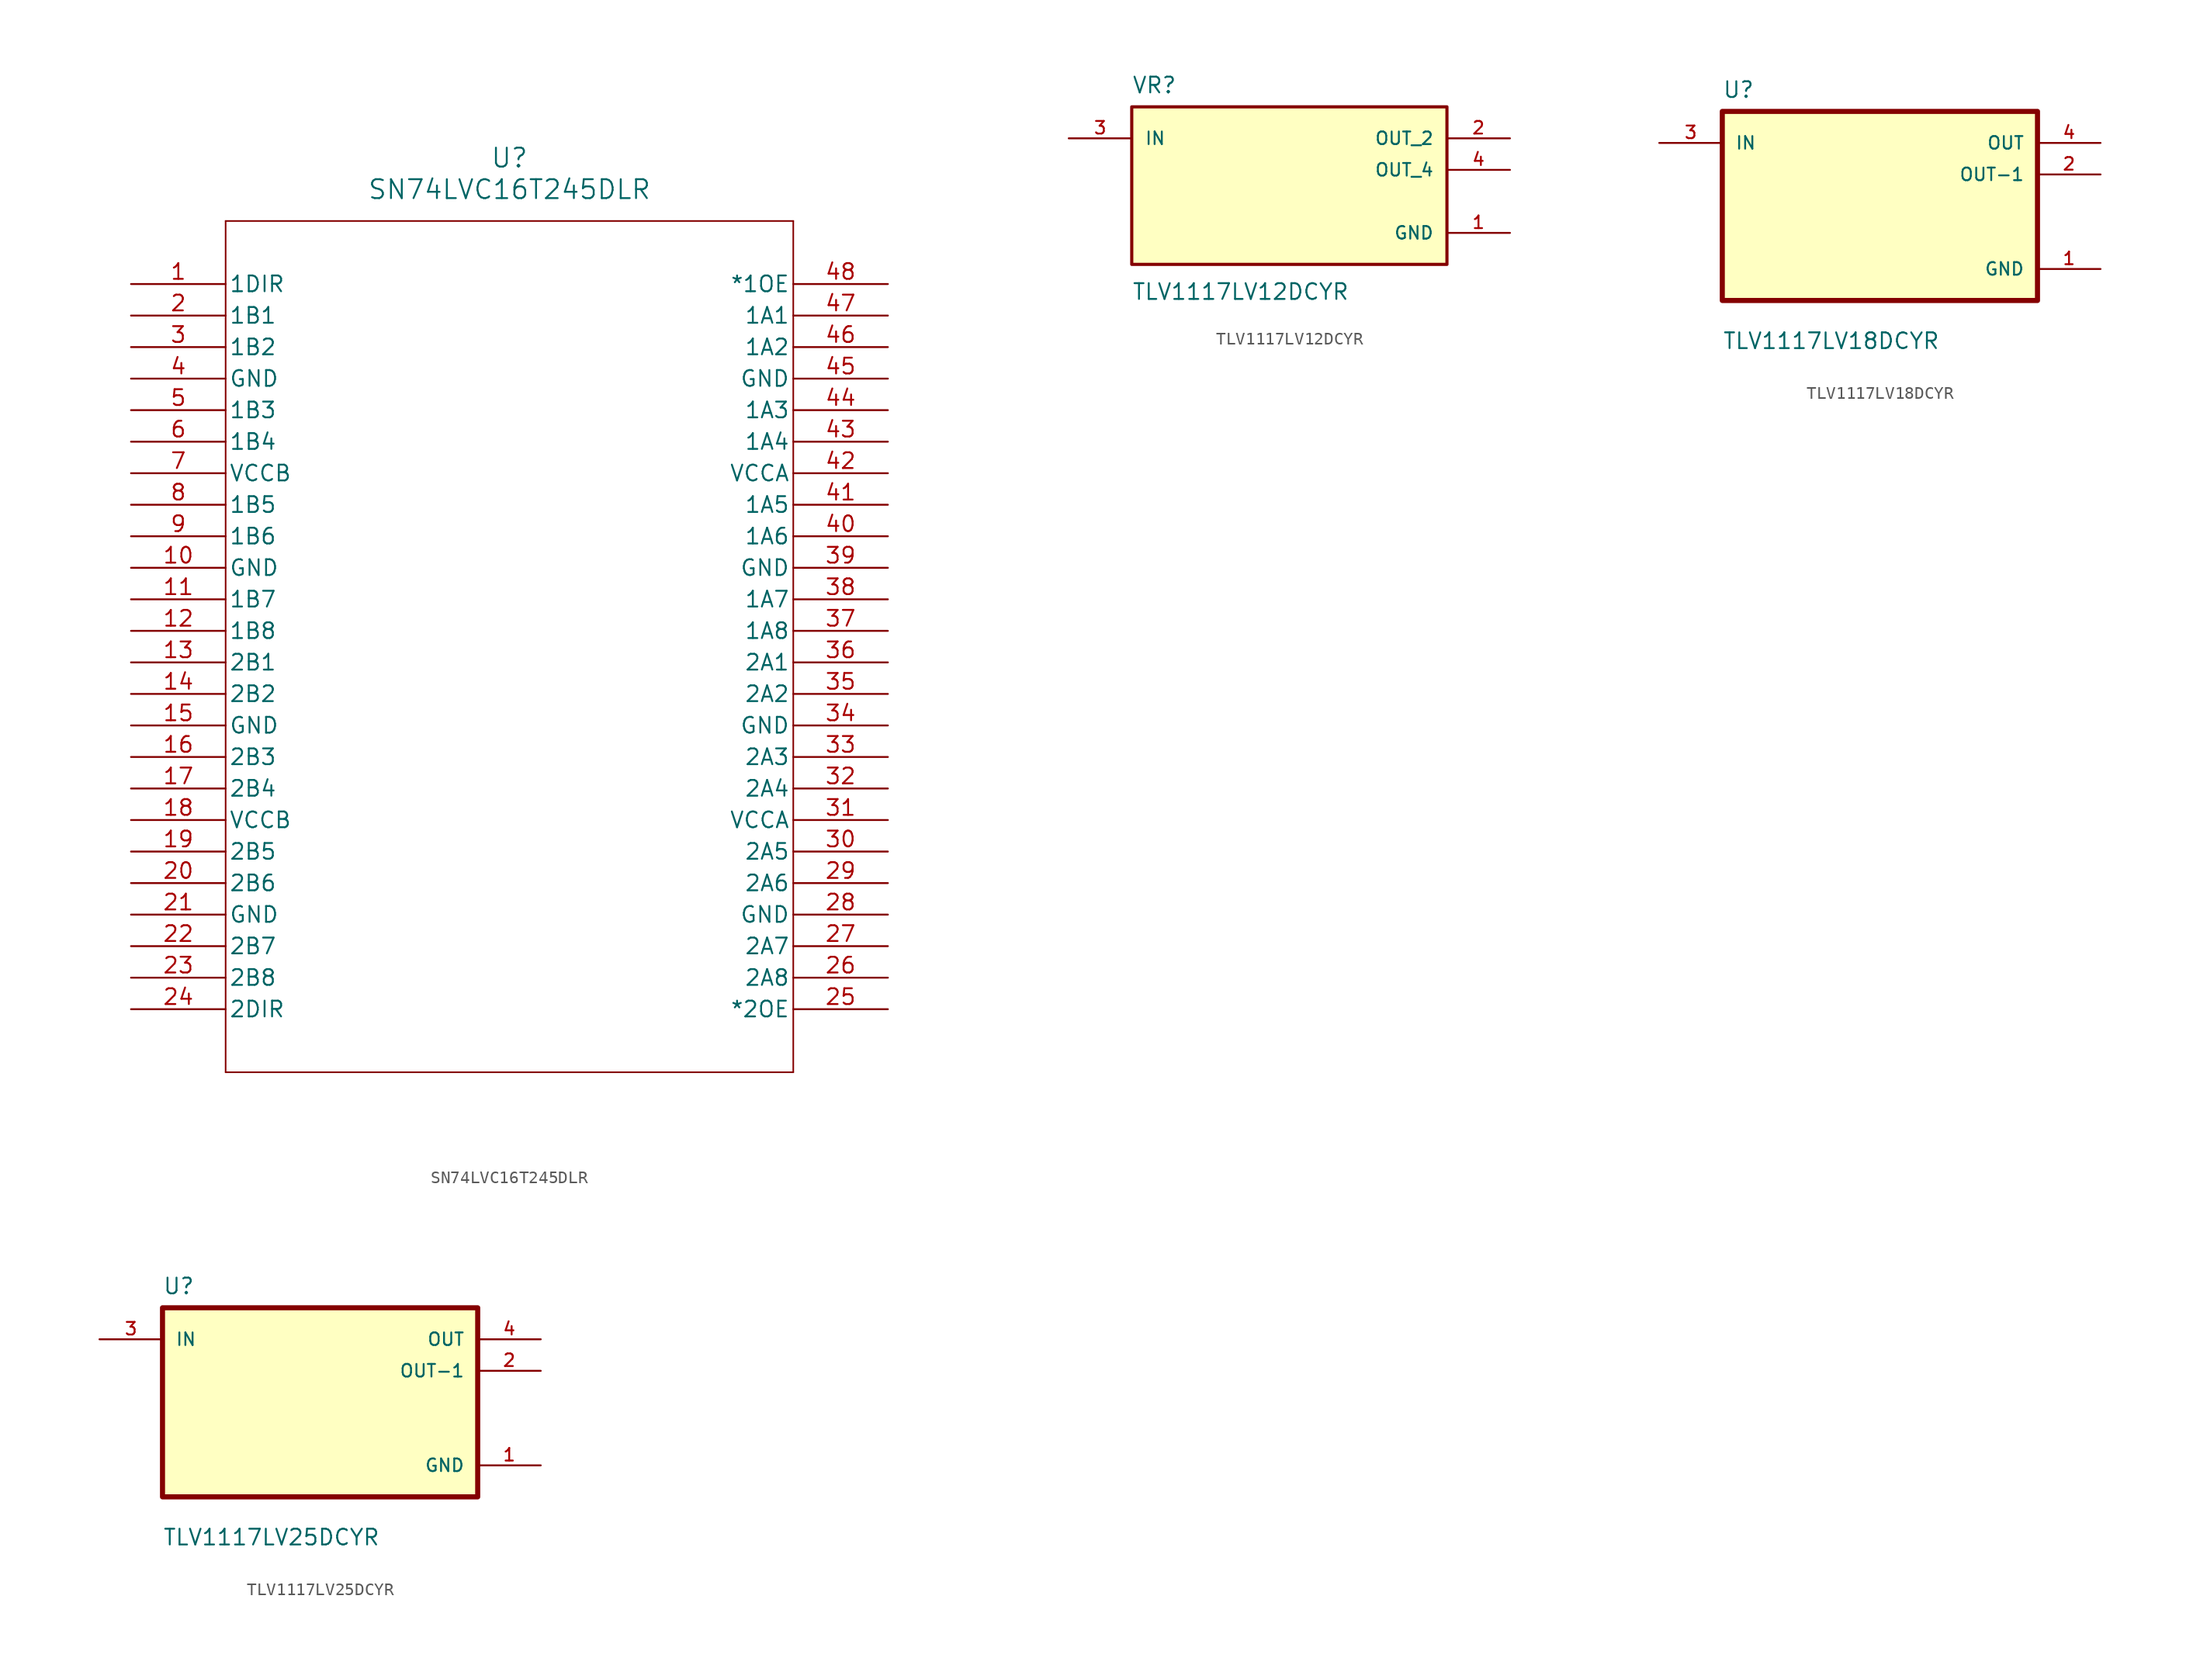
<source format=kicad_sym>
(kicad_symbol_lib
  (version 20231120)
  (generator "kicad_symbol_editor")
  (generator_version "8.0")
  (symbol "SN74LVC16T245DLR"
    (pin_names
      (offset 0.254))
    (property "Reference" "U"
      (at 30.48 10.16 0)
      (effects (font (size 1.524 1.524))))
    (property "Value" "SN74LVC16T245DLR"
      (at 30.48 7.62 0)
      (effects (font (size 1.524 1.524))))
    (symbol "SN74LVC16T245DLR_0_1"
      (polyline (pts (xy 7.62 -63.5) (xy 53.34 -63.5)) (stroke (width 0.127) (type default)) (fill (type none)))
      (polyline (pts (xy 7.62 5.08) (xy 7.62 -63.5)) (stroke (width 0.127) (type default)) (fill (type none)))
      (polyline (pts (xy 53.34 -63.5) (xy 53.34 5.08)) (stroke (width 0.127) (type default)) (fill (type none)))
      (polyline (pts (xy 53.34 5.08) (xy 7.62 5.08)) (stroke (width 0.127) (type default)) (fill (type none)))
      (pin input line (at 0 0 0) (length 7.62) (name "1DIR" (effects (font (size 1.27 1.27)))) (number "1" (effects (font (size 1.27 1.27)))))
      (pin power_in line (at 0 -22.86 0) (length 7.62) (name "GND" (effects (font (size 1.27 1.27)))) (number "10" (effects (font (size 1.27 1.27)))))
      (pin bidirectional line (at 0 -25.4 0) (length 7.62) (name "1B7" (effects (font (size 1.27 1.27)))) (number "11" (effects (font (size 1.27 1.27)))))
      (pin bidirectional line (at 0 -27.94 0) (length 7.62) (name "1B8" (effects (font (size 1.27 1.27)))) (number "12" (effects (font (size 1.27 1.27)))))
      (pin bidirectional line (at 0 -30.48 0) (length 7.62) (name "2B1" (effects (font (size 1.27 1.27)))) (number "13" (effects (font (size 1.27 1.27)))))
      (pin bidirectional line (at 0 -33.02 0) (length 7.62) (name "2B2" (effects (font (size 1.27 1.27)))) (number "14" (effects (font (size 1.27 1.27)))))
      (pin power_in line (at 0 -35.56 0) (length 7.62) (name "GND" (effects (font (size 1.27 1.27)))) (number "15" (effects (font (size 1.27 1.27)))))
      (pin bidirectional line (at 0 -38.1 0) (length 7.62) (name "2B3" (effects (font (size 1.27 1.27)))) (number "16" (effects (font (size 1.27 1.27)))))
      (pin bidirectional line (at 0 -40.64 0) (length 7.62) (name "2B4" (effects (font (size 1.27 1.27)))) (number "17" (effects (font (size 1.27 1.27)))))
      (pin power_in line (at 0 -43.18 0) (length 7.62) (name "VCCB" (effects (font (size 1.27 1.27)))) (number "18" (effects (font (size 1.27 1.27)))))
      (pin bidirectional line (at 0 -45.72 0) (length 7.62) (name "2B5" (effects (font (size 1.27 1.27)))) (number "19" (effects (font (size 1.27 1.27)))))
      (pin bidirectional line (at 0 -2.54 0) (length 7.62) (name "1B1" (effects (font (size 1.27 1.27)))) (number "2" (effects (font (size 1.27 1.27)))))
      (pin bidirectional line (at 0 -48.26 0) (length 7.62) (name "2B6" (effects (font (size 1.27 1.27)))) (number "20" (effects (font (size 1.27 1.27)))))
      (pin power_in line (at 0 -50.8 0) (length 7.62) (name "GND" (effects (font (size 1.27 1.27)))) (number "21" (effects (font (size 1.27 1.27)))))
      (pin bidirectional line (at 0 -53.34 0) (length 7.62) (name "2B7" (effects (font (size 1.27 1.27)))) (number "22" (effects (font (size 1.27 1.27)))))
      (pin bidirectional line (at 0 -55.88 0) (length 7.62) (name "2B8" (effects (font (size 1.27 1.27)))) (number "23" (effects (font (size 1.27 1.27)))))
      (pin input line (at 0 -58.42 0) (length 7.62) (name "2DIR" (effects (font (size 1.27 1.27)))) (number "24" (effects (font (size 1.27 1.27)))))
      (pin input line (at 60.96 -58.42 180) (length 7.62) (name "*2OE" (effects (font (size 1.27 1.27)))) (number "25" (effects (font (size 1.27 1.27)))))
      (pin bidirectional line (at 60.96 -55.88 180) (length 7.62) (name "2A8" (effects (font (size 1.27 1.27)))) (number "26" (effects (font (size 1.27 1.27)))))
      (pin bidirectional line (at 60.96 -53.34 180) (length 7.62) (name "2A7" (effects (font (size 1.27 1.27)))) (number "27" (effects (font (size 1.27 1.27)))))
      (pin power_in line (at 60.96 -50.8 180) (length 7.62) (name "GND" (effects (font (size 1.27 1.27)))) (number "28" (effects (font (size 1.27 1.27)))))
      (pin bidirectional line (at 60.96 -48.26 180) (length 7.62) (name "2A6" (effects (font (size 1.27 1.27)))) (number "29" (effects (font (size 1.27 1.27)))))
      (pin bidirectional line (at 0 -5.08 0) (length 7.62) (name "1B2" (effects (font (size 1.27 1.27)))) (number "3" (effects (font (size 1.27 1.27)))))
      (pin bidirectional line (at 60.96 -45.72 180) (length 7.62) (name "2A5" (effects (font (size 1.27 1.27)))) (number "30" (effects (font (size 1.27 1.27)))))
      (pin power_in line (at 60.96 -43.18 180) (length 7.62) (name "VCCA" (effects (font (size 1.27 1.27)))) (number "31" (effects (font (size 1.27 1.27)))))
      (pin bidirectional line (at 60.96 -40.64 180) (length 7.62) (name "2A4" (effects (font (size 1.27 1.27)))) (number "32" (effects (font (size 1.27 1.27)))))
      (pin bidirectional line (at 60.96 -38.1 180) (length 7.62) (name "2A3" (effects (font (size 1.27 1.27)))) (number "33" (effects (font (size 1.27 1.27)))))
      (pin power_in line (at 60.96 -35.56 180) (length 7.62) (name "GND" (effects (font (size 1.27 1.27)))) (number "34" (effects (font (size 1.27 1.27)))))
      (pin bidirectional line (at 60.96 -33.02 180) (length 7.62) (name "2A2" (effects (font (size 1.27 1.27)))) (number "35" (effects (font (size 1.27 1.27)))))
      (pin bidirectional line (at 60.96 -30.48 180) (length 7.62) (name "2A1" (effects (font (size 1.27 1.27)))) (number "36" (effects (font (size 1.27 1.27)))))
      (pin bidirectional line (at 60.96 -27.94 180) (length 7.62) (name "1A8" (effects (font (size 1.27 1.27)))) (number "37" (effects (font (size 1.27 1.27)))))
      (pin bidirectional line (at 60.96 -25.4 180) (length 7.62) (name "1A7" (effects (font (size 1.27 1.27)))) (number "38" (effects (font (size 1.27 1.27)))))
      (pin power_in line (at 60.96 -22.86 180) (length 7.62) (name "GND" (effects (font (size 1.27 1.27)))) (number "39" (effects (font (size 1.27 1.27)))))
      (pin power_in line (at 0 -7.62 0) (length 7.62) (name "GND" (effects (font (size 1.27 1.27)))) (number "4" (effects (font (size 1.27 1.27)))))
      (pin bidirectional line (at 60.96 -20.32 180) (length 7.62) (name "1A6" (effects (font (size 1.27 1.27)))) (number "40" (effects (font (size 1.27 1.27)))))
      (pin bidirectional line (at 60.96 -17.78 180) (length 7.62) (name "1A5" (effects (font (size 1.27 1.27)))) (number "41" (effects (font (size 1.27 1.27)))))
      (pin power_in line (at 60.96 -15.24 180) (length 7.62) (name "VCCA" (effects (font (size 1.27 1.27)))) (number "42" (effects (font (size 1.27 1.27)))))
      (pin bidirectional line (at 60.96 -12.7 180) (length 7.62) (name "1A4" (effects (font (size 1.27 1.27)))) (number "43" (effects (font (size 1.27 1.27)))))
      (pin bidirectional line (at 60.96 -10.16 180) (length 7.62) (name "1A3" (effects (font (size 1.27 1.27)))) (number "44" (effects (font (size 1.27 1.27)))))
      (pin power_in line (at 60.96 -7.62 180) (length 7.62) (name "GND" (effects (font (size 1.27 1.27)))) (number "45" (effects (font (size 1.27 1.27)))))
      (pin bidirectional line (at 60.96 -5.08 180) (length 7.62) (name "1A2" (effects (font (size 1.27 1.27)))) (number "46" (effects (font (size 1.27 1.27)))))
      (pin bidirectional line (at 60.96 -2.54 180) (length 7.62) (name "1A1" (effects (font (size 1.27 1.27)))) (number "47" (effects (font (size 1.27 1.27)))))
      (pin input line (at 60.96 0 180) (length 7.62) (name "*1OE" (effects (font (size 1.27 1.27)))) (number "48" (effects (font (size 1.27 1.27)))))
      (pin bidirectional line (at 0 -10.16 0) (length 7.62) (name "1B3" (effects (font (size 1.27 1.27)))) (number "5" (effects (font (size 1.27 1.27)))))
      (pin bidirectional line (at 0 -12.7 0) (length 7.62) (name "1B4" (effects (font (size 1.27 1.27)))) (number "6" (effects (font (size 1.27 1.27)))))
      (pin power_in line (at 0 -15.24 0) (length 7.62) (name "VCCB" (effects (font (size 1.27 1.27)))) (number "7" (effects (font (size 1.27 1.27)))))
      (pin bidirectional line (at 0 -17.78 0) (length 7.62) (name "1B5" (effects (font (size 1.27 1.27)))) (number "8" (effects (font (size 1.27 1.27)))))
      (pin bidirectional line (at 0 -20.32 0) (length 7.62) (name "1B6" (effects (font (size 1.27 1.27)))) (number "9" (effects (font (size 1.27 1.27)))))))
  (symbol "TLV1117LV12DCYR"
    (pin_names
      (offset 1.016))
    (property "Reference" "VR"
      (at -12.7 6.08 0)
      (effects (font (size 1.27 1.27)) (justify left bottom)))
    (property "Value" "TLV1117LV12DCYR"
      (at -12.7 -9.08 0)
      (effects (font (size 1.27 1.27)) (justify left top)))
    (symbol "TLV1117LV12DCYR_0_0"
      (rectangle (start -12.7 5.08) (end 12.7 -7.62) (stroke (width 0.254) (type default)) (fill (type background)))
      (pin power_in line (at 17.78 -5.08 180) (length 5.08) (name "GND" (effects (font (size 1.016 1.016)))) (number "1" (effects (font (size 1.016 1.016)))))
      (pin output line (at 17.78 2.54 180) (length 5.08) (name "OUT_2" (effects (font (size 1.016 1.016)))) (number "2" (effects (font (size 1.016 1.016)))))
      (pin input line (at -17.78 2.54 0) (length 5.08) (name "IN" (effects (font (size 1.016 1.016)))) (number "3" (effects (font (size 1.016 1.016)))))
      (pin output line (at 17.78 0 180) (length 5.08) (name "OUT_4" (effects (font (size 1.016 1.016)))) (number "4" (effects (font (size 1.016 1.016)))))))
  (symbol "TLV1117LV18DCYR"
    (pin_names
      (offset 1.016))
    (property "Reference" "U"
      (at -12.7 8.62 0)
      (effects (font (size 1.27 1.27)) (justify left bottom)))
    (property "Value" "TLV1117LV18DCYR"
      (at -12.7 -11.62 0)
      (effects (font (size 1.27 1.27)) (justify left bottom)))
    (symbol "TLV1117LV18DCYR_0_0"
      (rectangle (start -12.7 -7.62) (end 12.7 7.62) (stroke (width 0.41) (type default)) (fill (type background)))
      (pin power_in line (at 17.78 -5.08 180) (length 5.08) (name "GND" (effects (font (size 1.016 1.016)))) (number "1" (effects (font (size 1.016 1.016)))))
      (pin output line (at 17.78 2.54 180) (length 5.08) (name "OUT-1" (effects (font (size 1.016 1.016)))) (number "2" (effects (font (size 1.016 1.016)))))
      (pin input line (at -17.78 5.08 0) (length 5.08) (name "IN" (effects (font (size 1.016 1.016)))) (number "3" (effects (font (size 1.016 1.016)))))
      (pin output line (at 17.78 5.08 180) (length 5.08) (name "OUT" (effects (font (size 1.016 1.016)))) (number "4" (effects (font (size 1.016 1.016)))))))
  (symbol "TLV1117LV25DCYR"
    (pin_names
      (offset 1.016))
    (property "Reference" "U"
      (at -12.7 8.62 0)
      (effects (font (size 1.27 1.27)) (justify left bottom)))
    (property "Value" "TLV1117LV25DCYR"
      (at -12.7 -11.62 0)
      (effects (font (size 1.27 1.27)) (justify left bottom)))
    (symbol "TLV1117LV25DCYR_0_0"
      (rectangle (start -12.7 -7.62) (end 12.7 7.62) (stroke (width 0.41) (type default)) (fill (type background)))
      (pin power_in line (at 17.78 -5.08 180) (length 5.08) (name "GND" (effects (font (size 1.016 1.016)))) (number "1" (effects (font (size 1.016 1.016)))))
      (pin output line (at 17.78 2.54 180) (length 5.08) (name "OUT-1" (effects (font (size 1.016 1.016)))) (number "2" (effects (font (size 1.016 1.016)))))
      (pin input line (at -17.78 5.08 0) (length 5.08) (name "IN" (effects (font (size 1.016 1.016)))) (number "3" (effects (font (size 1.016 1.016)))))
      (pin output line (at 17.78 5.08 180) (length 5.08) (name "OUT" (effects (font (size 1.016 1.016)))) (number "4" (effects (font (size 1.016 1.016))))))))
</source>
